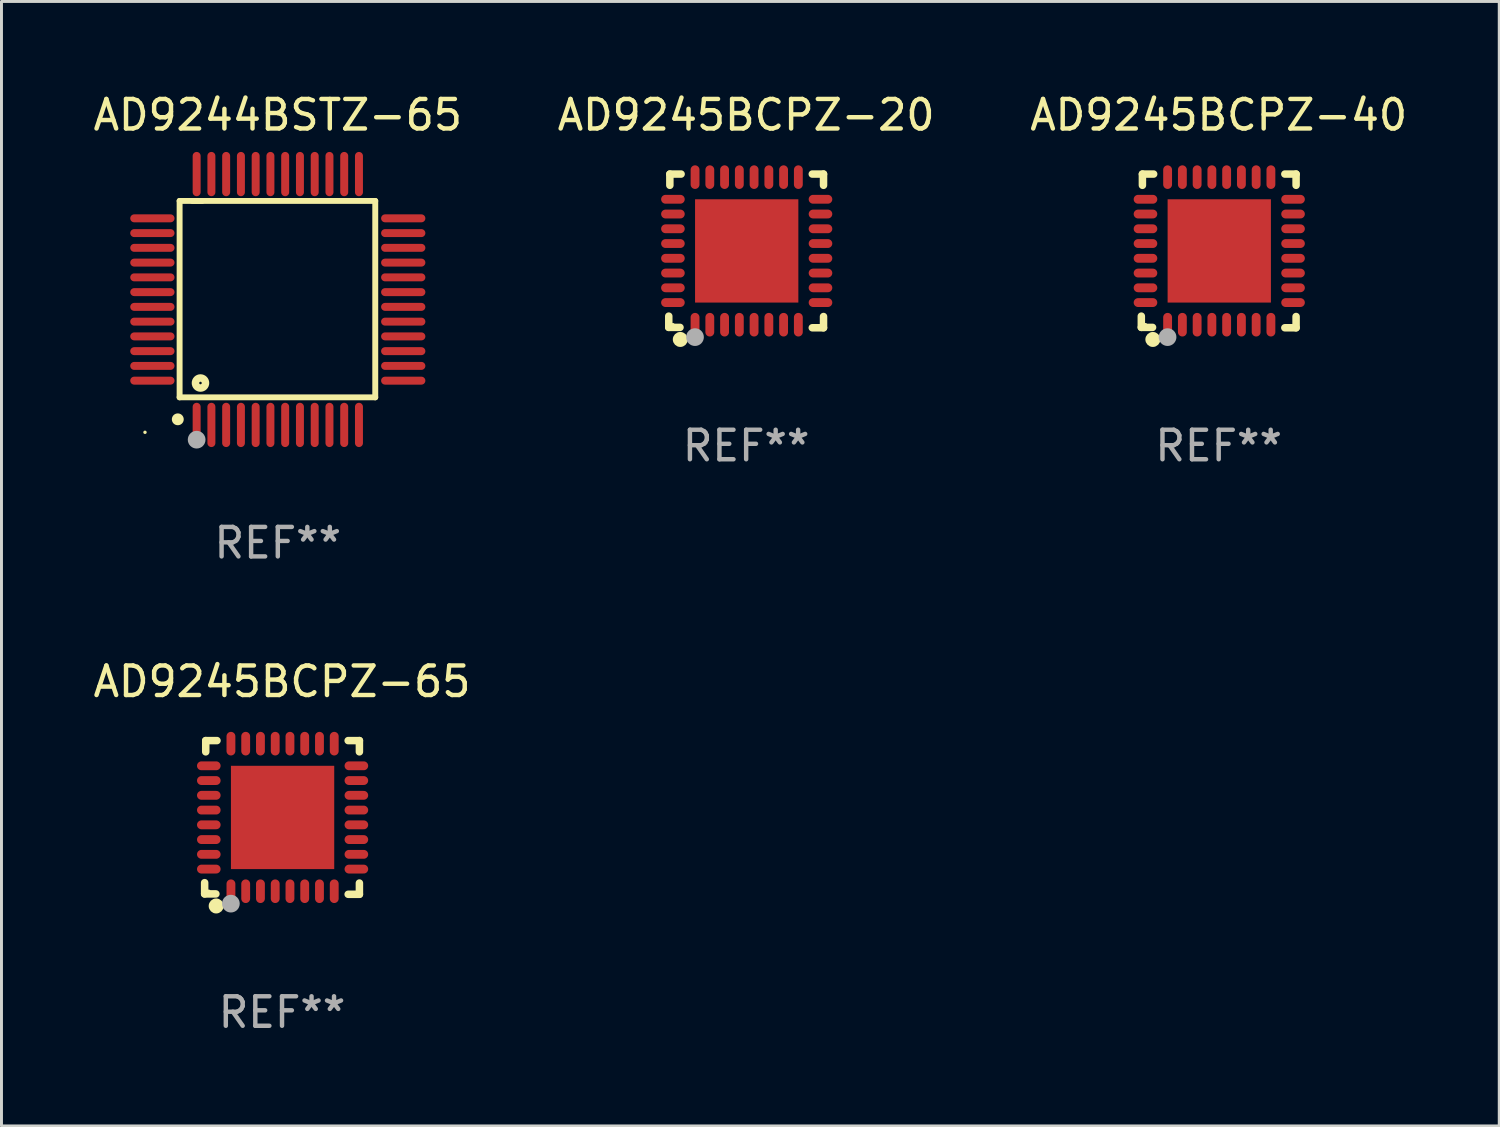
<source format=kicad_pcb>
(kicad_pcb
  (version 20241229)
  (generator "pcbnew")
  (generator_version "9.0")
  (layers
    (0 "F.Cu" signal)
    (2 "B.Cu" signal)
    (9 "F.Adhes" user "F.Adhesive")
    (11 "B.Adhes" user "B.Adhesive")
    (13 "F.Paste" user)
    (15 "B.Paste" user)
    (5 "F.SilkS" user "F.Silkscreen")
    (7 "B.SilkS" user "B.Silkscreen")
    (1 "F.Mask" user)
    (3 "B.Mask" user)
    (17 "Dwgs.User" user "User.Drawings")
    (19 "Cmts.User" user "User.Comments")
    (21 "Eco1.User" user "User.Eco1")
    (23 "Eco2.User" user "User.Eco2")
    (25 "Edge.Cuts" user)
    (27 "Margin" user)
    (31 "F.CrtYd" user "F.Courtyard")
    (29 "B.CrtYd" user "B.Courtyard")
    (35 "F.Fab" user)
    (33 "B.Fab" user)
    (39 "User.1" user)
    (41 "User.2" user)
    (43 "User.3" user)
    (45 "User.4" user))
  (footprint "AD9245BCPZ-20"
    (layer "F.Cu")
    (at 22.232 5.452)
    (property "Reference" "AD9245BCPZ-20" (at 0 -4.604 0) (layer "F.SilkS") (effects (font (size 1 1) (thickness 0.15))))
    (attr through_hole)
    (fp_line (start -2.622 2.21) (end -2.622 2.591) (stroke (width 0.254) (type solid)) (layer "F.SilkS"))
    (fp_line (start -2.622 2.591) (end -2.241 2.591) (stroke (width 0.254) (type solid)) (layer "F.SilkS"))
    (fp_line (start -2.585 -2.604) (end -2.585 -2.223) (stroke (width 0.254) (type solid)) (layer "F.SilkS"))
    (fp_line (start -2.204 -2.604) (end -2.585 -2.604) (stroke (width 0.254) (type solid)) (layer "F.SilkS"))
    (fp_line (start 2.241 2.604) (end 2.622 2.604) (stroke (width 0.254) (type solid)) (layer "F.SilkS"))
    (fp_line (start 2.622 -2.604) (end 2.241 -2.604) (stroke (width 0.254) (type solid)) (layer "F.SilkS"))
    (fp_line (start 2.622 -2.223) (end 2.622 -2.604) (stroke (width 0.254) (type solid)) (layer "F.SilkS"))
    (fp_line (start 2.622 2.604) (end 2.622 2.223) (stroke (width 0.254) (type solid)) (layer "F.SilkS"))
    (fp_circle (center -2.481 2.5) (end -2.451 2.5) (stroke (width 0.06) (type solid)) (fill no) (layer "F.SilkS"))
    (fp_circle (center -2.231 3) (end -2.104 3) (stroke (width 0.254) (type solid)) (fill no) (layer "F.SilkS"))
    (fp_circle (center -1.733 2.921) (end -1.583 2.921) (stroke (width 0.3) (type solid)) (fill no) (layer "F.Fab"))
    (fp_text user "REF**" (at 0 6.604 0) (layer "F.Fab") (effects (font (size 1 1) (thickness 0.15))))
    (pad "1" smd oval (at -1.731 2.5 90) (size 0.8 0.3) (layers "F.Cu" "F.Mask" "F.Paste"))
    (pad "2" smd oval (at -1.231 2.5 90) (size 0.8 0.3) (layers "F.Cu" "F.Mask" "F.Paste"))
    (pad "3" smd oval (at -0.731 2.5 90) (size 0.8 0.3) (layers "F.Cu" "F.Mask" "F.Paste"))
    (pad "4" smd oval (at -0.231 2.5 90) (size 0.8 0.3) (layers "F.Cu" "F.Mask" "F.Paste"))
    (pad "5" smd oval (at 0.269 2.5 90) (size 0.8 0.3) (layers "F.Cu" "F.Mask" "F.Paste"))
    (pad "6" smd oval (at 0.769 2.5 90) (size 0.8 0.3) (layers "F.Cu" "F.Mask" "F.Paste"))
    (pad "7" smd oval (at 1.269 2.5 90) (size 0.8 0.3) (layers "F.Cu" "F.Mask" "F.Paste"))
    (pad "8" smd oval (at 1.769 2.5 90) (size 0.8 0.3) (layers "F.Cu" "F.Mask" "F.Paste"))
    (pad "9" smd oval (at 2.519 1.75 180) (size 0.8 0.3) (layers "F.Cu" "F.Mask" "F.Paste"))
    (pad "10" smd oval (at 2.519 1.25 180) (size 0.8 0.3) (layers "F.Cu" "F.Mask" "F.Paste"))
    (pad "11" smd oval (at 2.519 0.75 180) (size 0.8 0.3) (layers "F.Cu" "F.Mask" "F.Paste"))
    (pad "12" smd oval (at 2.519 0.25 180) (size 0.8 0.3) (layers "F.Cu" "F.Mask" "F.Paste"))
    (pad "13" smd oval (at 2.519 -0.25 180) (size 0.8 0.3) (layers "F.Cu" "F.Mask" "F.Paste"))
    (pad "14" smd oval (at 2.519 -0.75 180) (size 0.8 0.3) (layers "F.Cu" "F.Mask" "F.Paste"))
    (pad "15" smd oval (at 2.519 -1.25 180) (size 0.8 0.3) (layers "F.Cu" "F.Mask" "F.Paste"))
    (pad "16" smd oval (at 2.519 -1.75 180) (size 0.8 0.3) (layers "F.Cu" "F.Mask" "F.Paste"))
    (pad "17" smd oval (at 1.769 -2.5 270) (size 0.8 0.3) (layers "F.Cu" "F.Mask" "F.Paste"))
    (pad "18" smd oval (at 1.269 -2.5 270) (size 0.8 0.3) (layers "F.Cu" "F.Mask" "F.Paste"))
    (pad "19" smd oval (at 0.769 -2.5 270) (size 0.8 0.3) (layers "F.Cu" "F.Mask" "F.Paste"))
    (pad "20" smd oval (at 0.269 -2.5 270) (size 0.8 0.3) (layers "F.Cu" "F.Mask" "F.Paste"))
    (pad "21" smd oval (at -0.231 -2.5 270) (size 0.8 0.3) (layers "F.Cu" "F.Mask" "F.Paste"))
    (pad "22" smd oval (at -0.731 -2.5 270) (size 0.8 0.3) (layers "F.Cu" "F.Mask" "F.Paste"))
    (pad "23" smd oval (at -1.231 -2.5 270) (size 0.8 0.3) (layers "F.Cu" "F.Mask" "F.Paste"))
    (pad "24" smd oval (at -1.731 -2.5 270) (size 0.8 0.3) (layers "F.Cu" "F.Mask" "F.Paste"))
    (pad "25" smd oval (at -2.481 -1.75) (size 0.8 0.3) (layers "F.Cu" "F.Mask" "F.Paste"))
    (pad "26" smd oval (at -2.481 -1.25) (size 0.8 0.3) (layers "F.Cu" "F.Mask" "F.Paste"))
    (pad "27" smd oval (at -2.481 -0.75) (size 0.8 0.3) (layers "F.Cu" "F.Mask" "F.Paste"))
    (pad "28" smd oval (at -2.481 -0.25) (size 0.8 0.3) (layers "F.Cu" "F.Mask" "F.Paste"))
    (pad "29" smd oval (at -2.481 0.25) (size 0.8 0.3) (layers "F.Cu" "F.Mask" "F.Paste"))
    (pad "30" smd oval (at -2.481 0.75) (size 0.8 0.3) (layers "F.Cu" "F.Mask" "F.Paste"))
    (pad "31" smd oval (at -2.481 1.25) (size 0.8 0.3) (layers "F.Cu" "F.Mask" "F.Paste"))
    (pad "32" smd oval (at -2.481 1.75) (size 0.8 0.3) (layers "F.Cu" "F.Mask" "F.Paste"))
    (pad "33" smd rect (at 0.019 -0.000025 90) (size 3.5 3.5) (layers "F.Cu" "F.Mask" "F.Paste")))
  (footprint "AD9245BCPZ-40"
    (layer "F.Cu")
    (at 38.244 5.452)
    (property "Reference" "AD9245BCPZ-40" (at 0 -4.604 0) (layer "F.SilkS") (effects (font (size 1 1) (thickness 0.15))))
    (attr through_hole)
    (fp_line (start -2.622 2.21) (end -2.622 2.591) (stroke (width 0.254) (type solid)) (layer "F.SilkS"))
    (fp_line (start -2.622 2.591) (end -2.241 2.591) (stroke (width 0.254) (type solid)) (layer "F.SilkS"))
    (fp_line (start -2.585 -2.604) (end -2.585 -2.223) (stroke (width 0.254) (type solid)) (layer "F.SilkS"))
    (fp_line (start -2.204 -2.604) (end -2.585 -2.604) (stroke (width 0.254) (type solid)) (layer "F.SilkS"))
    (fp_line (start 2.241 2.604) (end 2.622 2.604) (stroke (width 0.254) (type solid)) (layer "F.SilkS"))
    (fp_line (start 2.622 -2.604) (end 2.241 -2.604) (stroke (width 0.254) (type solid)) (layer "F.SilkS"))
    (fp_line (start 2.622 -2.223) (end 2.622 -2.604) (stroke (width 0.254) (type solid)) (layer "F.SilkS"))
    (fp_line (start 2.622 2.604) (end 2.622 2.223) (stroke (width 0.254) (type solid)) (layer "F.SilkS"))
    (fp_circle (center -2.481 2.5) (end -2.451 2.5) (stroke (width 0.06) (type solid)) (fill no) (layer "F.SilkS"))
    (fp_circle (center -2.231 3) (end -2.104 3) (stroke (width 0.254) (type solid)) (fill no) (layer "F.SilkS"))
    (fp_circle (center -1.733 2.921) (end -1.583 2.921) (stroke (width 0.3) (type solid)) (fill no) (layer "F.Fab"))
    (fp_text user "REF**" (at 0 6.604 0) (layer "F.Fab") (effects (font (size 1 1) (thickness 0.15))))
    (pad "1" smd oval (at -1.731 2.5 90) (size 0.8 0.3) (layers "F.Cu" "F.Mask" "F.Paste"))
    (pad "2" smd oval (at -1.231 2.5 90) (size 0.8 0.3) (layers "F.Cu" "F.Mask" "F.Paste"))
    (pad "3" smd oval (at -0.731 2.5 90) (size 0.8 0.3) (layers "F.Cu" "F.Mask" "F.Paste"))
    (pad "4" smd oval (at -0.231 2.5 90) (size 0.8 0.3) (layers "F.Cu" "F.Mask" "F.Paste"))
    (pad "5" smd oval (at 0.269 2.5 90) (size 0.8 0.3) (layers "F.Cu" "F.Mask" "F.Paste"))
    (pad "6" smd oval (at 0.769 2.5 90) (size 0.8 0.3) (layers "F.Cu" "F.Mask" "F.Paste"))
    (pad "7" smd oval (at 1.269 2.5 90) (size 0.8 0.3) (layers "F.Cu" "F.Mask" "F.Paste"))
    (pad "8" smd oval (at 1.769 2.5 90) (size 0.8 0.3) (layers "F.Cu" "F.Mask" "F.Paste"))
    (pad "9" smd oval (at 2.519 1.75 180) (size 0.8 0.3) (layers "F.Cu" "F.Mask" "F.Paste"))
    (pad "10" smd oval (at 2.519 1.25 180) (size 0.8 0.3) (layers "F.Cu" "F.Mask" "F.Paste"))
    (pad "11" smd oval (at 2.519 0.75 180) (size 0.8 0.3) (layers "F.Cu" "F.Mask" "F.Paste"))
    (pad "12" smd oval (at 2.519 0.25 180) (size 0.8 0.3) (layers "F.Cu" "F.Mask" "F.Paste"))
    (pad "13" smd oval (at 2.519 -0.25 180) (size 0.8 0.3) (layers "F.Cu" "F.Mask" "F.Paste"))
    (pad "14" smd oval (at 2.519 -0.75 180) (size 0.8 0.3) (layers "F.Cu" "F.Mask" "F.Paste"))
    (pad "15" smd oval (at 2.519 -1.25 180) (size 0.8 0.3) (layers "F.Cu" "F.Mask" "F.Paste"))
    (pad "16" smd oval (at 2.519 -1.75 180) (size 0.8 0.3) (layers "F.Cu" "F.Mask" "F.Paste"))
    (pad "17" smd oval (at 1.769 -2.5 270) (size 0.8 0.3) (layers "F.Cu" "F.Mask" "F.Paste"))
    (pad "18" smd oval (at 1.269 -2.5 270) (size 0.8 0.3) (layers "F.Cu" "F.Mask" "F.Paste"))
    (pad "19" smd oval (at 0.769 -2.5 270) (size 0.8 0.3) (layers "F.Cu" "F.Mask" "F.Paste"))
    (pad "20" smd oval (at 0.269 -2.5 270) (size 0.8 0.3) (layers "F.Cu" "F.Mask" "F.Paste"))
    (pad "21" smd oval (at -0.231 -2.5 270) (size 0.8 0.3) (layers "F.Cu" "F.Mask" "F.Paste"))
    (pad "22" smd oval (at -0.731 -2.5 270) (size 0.8 0.3) (layers "F.Cu" "F.Mask" "F.Paste"))
    (pad "23" smd oval (at -1.231 -2.5 270) (size 0.8 0.3) (layers "F.Cu" "F.Mask" "F.Paste"))
    (pad "24" smd oval (at -1.731 -2.5 270) (size 0.8 0.3) (layers "F.Cu" "F.Mask" "F.Paste"))
    (pad "25" smd oval (at -2.481 -1.75) (size 0.8 0.3) (layers "F.Cu" "F.Mask" "F.Paste"))
    (pad "26" smd oval (at -2.481 -1.25) (size 0.8 0.3) (layers "F.Cu" "F.Mask" "F.Paste"))
    (pad "27" smd oval (at -2.481 -0.75) (size 0.8 0.3) (layers "F.Cu" "F.Mask" "F.Paste"))
    (pad "28" smd oval (at -2.481 -0.25) (size 0.8 0.3) (layers "F.Cu" "F.Mask" "F.Paste"))
    (pad "29" smd oval (at -2.481 0.25) (size 0.8 0.3) (layers "F.Cu" "F.Mask" "F.Paste"))
    (pad "30" smd oval (at -2.481 0.75) (size 0.8 0.3) (layers "F.Cu" "F.Mask" "F.Paste"))
    (pad "31" smd oval (at -2.481 1.25) (size 0.8 0.3) (layers "F.Cu" "F.Mask" "F.Paste"))
    (pad "32" smd oval (at -2.481 1.75) (size 0.8 0.3) (layers "F.Cu" "F.Mask" "F.Paste"))
    (pad "33" smd rect (at 0.019 -0.000025 90) (size 3.5 3.5) (layers "F.Cu" "F.Mask" "F.Paste")))
  (footprint "AD9244BSTZ-65"
    (layer "F.Cu")
    (at 6.363 7.098)
    (property "Reference" "AD9244BSTZ-65" (at 0 -6.25 0) (layer "F.SilkS") (effects (font (size 1 1) (thickness 0.15))))
    (attr through_hole)
    (fp_line (start -3.327 -3.34) (end -2.565 -3.34) (stroke (width 0.2) (type solid)) (layer "F.SilkS"))
    (fp_line (start -3.327 3.315) (end -3.327 -3.34) (stroke (width 0.2) (type solid)) (layer "F.SilkS"))
    (fp_line (start -2.896 -3.34) (end 3.302 -3.34) (stroke (width 0.2) (type solid)) (layer "F.SilkS"))
    (fp_line (start 3.302 -3.34) (end 3.302 3.315) (stroke (width 0.2) (type solid)) (layer "F.SilkS"))
    (fp_line (start 3.302 3.315) (end -3.327 3.315) (stroke (width 0.2) (type solid)) (layer "F.SilkS"))
    (fp_arc (start -3.389992 4.059995) (mid -3.388722 4.059991) (end -3.387452 4.059995) (stroke (width 0.4) (type solid)) (layer "F.SilkS"))
    (fp_circle (center -4.5 4.5) (end -4.47 4.5) (stroke (width 0.06) (type solid)) (fill no) (layer "F.SilkS"))
    (fp_circle (center -2.62 2.83) (end -2.45 2.83) (stroke (width 0.254) (type solid)) (fill no) (layer "F.SilkS"))
    (fp_circle (center -2.75 4.75) (end -2.6 4.75) (stroke (width 0.3) (type solid)) (fill no) (layer "F.Fab"))
    (fp_text user "REF**" (at 0 8.25 0) (layer "F.Fab") (effects (font (size 1 1) (thickness 0.15))))
    (pad "1" smd oval (at -2.75 4.25) (size 0.27 1.5) (layers "F.Cu" "F.Mask" "F.Paste"))
    (pad "2" smd oval (at -2.25 4.25) (size 0.27 1.5) (layers "F.Cu" "F.Mask" "F.Paste"))
    (pad "3" smd oval (at -1.75 4.25) (size 0.27 1.5) (layers "F.Cu" "F.Mask" "F.Paste"))
    (pad "4" smd oval (at -1.25 4.25) (size 0.27 1.5) (layers "F.Cu" "F.Mask" "F.Paste"))
    (pad "5" smd oval (at -0.75 4.25) (size 0.27 1.5) (layers "F.Cu" "F.Mask" "F.Paste"))
    (pad "6" smd oval (at -0.25 4.25) (size 0.27 1.5) (layers "F.Cu" "F.Mask" "F.Paste"))
    (pad "7" smd oval (at 0.25 4.25) (size 0.27 1.5) (layers "F.Cu" "F.Mask" "F.Paste"))
    (pad "8" smd oval (at 0.75 4.25) (size 0.27 1.5) (layers "F.Cu" "F.Mask" "F.Paste"))
    (pad "9" smd oval (at 1.25 4.25) (size 0.27 1.5) (layers "F.Cu" "F.Mask" "F.Paste"))
    (pad "10" smd oval (at 1.75 4.25) (size 0.27 1.5) (layers "F.Cu" "F.Mask" "F.Paste"))
    (pad "11" smd oval (at 2.25 4.25) (size 0.27 1.5) (layers "F.Cu" "F.Mask" "F.Paste"))
    (pad "12" smd oval (at 2.75 4.25) (size 0.27 1.5) (layers "F.Cu" "F.Mask" "F.Paste"))
    (pad "13" smd oval (at 4.25 2.75) (size 1.5 0.27) (layers "F.Cu" "F.Mask" "F.Paste"))
    (pad "14" smd oval (at 4.25 2.25) (size 1.5 0.27) (layers "F.Cu" "F.Mask" "F.Paste"))
    (pad "15" smd oval (at 4.25 1.75) (size 1.5 0.27) (layers "F.Cu" "F.Mask" "F.Paste"))
    (pad "16" smd oval (at 4.25 1.25) (size 1.5 0.27) (layers "F.Cu" "F.Mask" "F.Paste"))
    (pad "17" smd oval (at 4.25 0.75) (size 1.5 0.27) (layers "F.Cu" "F.Mask" "F.Paste"))
    (pad "18" smd oval (at 4.25 0.25) (size 1.5 0.27) (layers "F.Cu" "F.Mask" "F.Paste"))
    (pad "19" smd oval (at 4.25 -0.25) (size 1.5 0.27) (layers "F.Cu" "F.Mask" "F.Paste"))
    (pad "20" smd oval (at 4.25 -0.75) (size 1.5 0.27) (layers "F.Cu" "F.Mask" "F.Paste"))
    (pad "21" smd oval (at 4.25 -1.25) (size 1.5 0.27) (layers "F.Cu" "F.Mask" "F.Paste"))
    (pad "22" smd oval (at 4.25 -1.75) (size 1.5 0.27) (layers "F.Cu" "F.Mask" "F.Paste"))
    (pad "23" smd oval (at 4.25 -2.25) (size 1.5 0.27) (layers "F.Cu" "F.Mask" "F.Paste"))
    (pad "24" smd oval (at 4.25 -2.75) (size 1.5 0.27) (layers "F.Cu" "F.Mask" "F.Paste"))
    (pad "25" smd oval (at 2.75 -4.25) (size 0.27 1.5) (layers "F.Cu" "F.Mask" "F.Paste"))
    (pad "26" smd oval (at 2.25 -4.25) (size 0.27 1.5) (layers "F.Cu" "F.Mask" "F.Paste"))
    (pad "27" smd oval (at 1.75 -4.25) (size 0.27 1.5) (layers "F.Cu" "F.Mask" "F.Paste"))
    (pad "28" smd oval (at 1.25 -4.25) (size 0.27 1.5) (layers "F.Cu" "F.Mask" "F.Paste"))
    (pad "29" smd oval (at 0.75 -4.25) (size 0.27 1.5) (layers "F.Cu" "F.Mask" "F.Paste"))
    (pad "30" smd oval (at 0.25 -4.25) (size 0.27 1.5) (layers "F.Cu" "F.Mask" "F.Paste"))
    (pad "31" smd oval (at -0.25 -4.25) (size 0.27 1.5) (layers "F.Cu" "F.Mask" "F.Paste"))
    (pad "32" smd oval (at -0.75 -4.25) (size 0.27 1.5) (layers "F.Cu" "F.Mask" "F.Paste"))
    (pad "33" smd oval (at -1.25 -4.25) (size 0.27 1.5) (layers "F.Cu" "F.Mask" "F.Paste"))
    (pad "34" smd oval (at -1.75 -4.25) (size 0.27 1.5) (layers "F.Cu" "F.Mask" "F.Paste"))
    (pad "35" smd oval (at -2.25 -4.25) (size 0.27 1.5) (layers "F.Cu" "F.Mask" "F.Paste"))
    (pad "36" smd oval (at -2.75 -4.25) (size 0.27 1.5) (layers "F.Cu" "F.Mask" "F.Paste"))
    (pad "37" smd oval (at -4.25 -2.75) (size 1.5 0.27) (layers "F.Cu" "F.Mask" "F.Paste"))
    (pad "38" smd oval (at -4.25 -2.25) (size 1.5 0.27) (layers "F.Cu" "F.Mask" "F.Paste"))
    (pad "39" smd oval (at -4.25 -1.75) (size 1.5 0.27) (layers "F.Cu" "F.Mask" "F.Paste"))
    (pad "40" smd oval (at -4.25 -1.25) (size 1.5 0.27) (layers "F.Cu" "F.Mask" "F.Paste"))
    (pad "41" smd oval (at -4.25 -0.75) (size 1.5 0.27) (layers "F.Cu" "F.Mask" "F.Paste"))
    (pad "42" smd oval (at -4.25 -0.25) (size 1.5 0.27) (layers "F.Cu" "F.Mask" "F.Paste"))
    (pad "43" smd oval (at -4.25 0.25) (size 1.5 0.27) (layers "F.Cu" "F.Mask" "F.Paste"))
    (pad "44" smd oval (at -4.25 0.75) (size 1.5 0.27) (layers "F.Cu" "F.Mask" "F.Paste"))
    (pad "45" smd oval (at -4.25 1.25) (size 1.5 0.27) (layers "F.Cu" "F.Mask" "F.Paste"))
    (pad "46" smd oval (at -4.25 1.75) (size 1.5 0.27) (layers "F.Cu" "F.Mask" "F.Paste"))
    (pad "47" smd oval (at -4.25 2.25) (size 1.5 0.27) (layers "F.Cu" "F.Mask" "F.Paste"))
    (pad "48" smd oval (at -4.25 2.75) (size 1.5 0.27) (layers "F.Cu" "F.Mask" "F.Paste")))
  (footprint "AD9245BCPZ-65"
    (layer "F.Cu")
    (at 6.506 24.648)
    (property "Reference" "AD9245BCPZ-65" (at 0 -4.604 0) (layer "F.SilkS") (effects (font (size 1 1) (thickness 0.15))))
    (attr through_hole)
    (fp_line (start -2.622 2.21) (end -2.622 2.591) (stroke (width 0.254) (type solid)) (layer "F.SilkS"))
    (fp_line (start -2.622 2.591) (end -2.241 2.591) (stroke (width 0.254) (type solid)) (layer "F.SilkS"))
    (fp_line (start -2.585 -2.604) (end -2.585 -2.223) (stroke (width 0.254) (type solid)) (layer "F.SilkS"))
    (fp_line (start -2.204 -2.604) (end -2.585 -2.604) (stroke (width 0.254) (type solid)) (layer "F.SilkS"))
    (fp_line (start 2.241 2.604) (end 2.622 2.604) (stroke (width 0.254) (type solid)) (layer "F.SilkS"))
    (fp_line (start 2.622 -2.604) (end 2.241 -2.604) (stroke (width 0.254) (type solid)) (layer "F.SilkS"))
    (fp_line (start 2.622 -2.223) (end 2.622 -2.604) (stroke (width 0.254) (type solid)) (layer "F.SilkS"))
    (fp_line (start 2.622 2.604) (end 2.622 2.223) (stroke (width 0.254) (type solid)) (layer "F.SilkS"))
    (fp_circle (center -2.481 2.5) (end -2.451 2.5) (stroke (width 0.06) (type solid)) (fill no) (layer "F.SilkS"))
    (fp_circle (center -2.231 3) (end -2.104 3) (stroke (width 0.254) (type solid)) (fill no) (layer "F.SilkS"))
    (fp_circle (center -1.733 2.921) (end -1.583 2.921) (stroke (width 0.3) (type solid)) (fill no) (layer "F.Fab"))
    (fp_text user "REF**" (at 0 6.604 0) (layer "F.Fab") (effects (font (size 1 1) (thickness 0.15))))
    (pad "1" smd oval (at -1.731 2.5 90) (size 0.8 0.3) (layers "F.Cu" "F.Mask" "F.Paste"))
    (pad "2" smd oval (at -1.231 2.5 90) (size 0.8 0.3) (layers "F.Cu" "F.Mask" "F.Paste"))
    (pad "3" smd oval (at -0.731 2.5 90) (size 0.8 0.3) (layers "F.Cu" "F.Mask" "F.Paste"))
    (pad "4" smd oval (at -0.231 2.5 90) (size 0.8 0.3) (layers "F.Cu" "F.Mask" "F.Paste"))
    (pad "5" smd oval (at 0.269 2.5 90) (size 0.8 0.3) (layers "F.Cu" "F.Mask" "F.Paste"))
    (pad "6" smd oval (at 0.769 2.5 90) (size 0.8 0.3) (layers "F.Cu" "F.Mask" "F.Paste"))
    (pad "7" smd oval (at 1.269 2.5 90) (size 0.8 0.3) (layers "F.Cu" "F.Mask" "F.Paste"))
    (pad "8" smd oval (at 1.769 2.5 90) (size 0.8 0.3) (layers "F.Cu" "F.Mask" "F.Paste"))
    (pad "9" smd oval (at 2.519 1.75 180) (size 0.8 0.3) (layers "F.Cu" "F.Mask" "F.Paste"))
    (pad "10" smd oval (at 2.519 1.25 180) (size 0.8 0.3) (layers "F.Cu" "F.Mask" "F.Paste"))
    (pad "11" smd oval (at 2.519 0.75 180) (size 0.8 0.3) (layers "F.Cu" "F.Mask" "F.Paste"))
    (pad "12" smd oval (at 2.519 0.25 180) (size 0.8 0.3) (layers "F.Cu" "F.Mask" "F.Paste"))
    (pad "13" smd oval (at 2.519 -0.25 180) (size 0.8 0.3) (layers "F.Cu" "F.Mask" "F.Paste"))
    (pad "14" smd oval (at 2.519 -0.75 180) (size 0.8 0.3) (layers "F.Cu" "F.Mask" "F.Paste"))
    (pad "15" smd oval (at 2.519 -1.25 180) (size 0.8 0.3) (layers "F.Cu" "F.Mask" "F.Paste"))
    (pad "16" smd oval (at 2.519 -1.75 180) (size 0.8 0.3) (layers "F.Cu" "F.Mask" "F.Paste"))
    (pad "17" smd oval (at 1.769 -2.5 270) (size 0.8 0.3) (layers "F.Cu" "F.Mask" "F.Paste"))
    (pad "18" smd oval (at 1.269 -2.5 270) (size 0.8 0.3) (layers "F.Cu" "F.Mask" "F.Paste"))
    (pad "19" smd oval (at 0.769 -2.5 270) (size 0.8 0.3) (layers "F.Cu" "F.Mask" "F.Paste"))
    (pad "20" smd oval (at 0.269 -2.5 270) (size 0.8 0.3) (layers "F.Cu" "F.Mask" "F.Paste"))
    (pad "21" smd oval (at -0.231 -2.5 270) (size 0.8 0.3) (layers "F.Cu" "F.Mask" "F.Paste"))
    (pad "22" smd oval (at -0.731 -2.5 270) (size 0.8 0.3) (layers "F.Cu" "F.Mask" "F.Paste"))
    (pad "23" smd oval (at -1.231 -2.5 270) (size 0.8 0.3) (layers "F.Cu" "F.Mask" "F.Paste"))
    (pad "24" smd oval (at -1.731 -2.5 270) (size 0.8 0.3) (layers "F.Cu" "F.Mask" "F.Paste"))
    (pad "25" smd oval (at -2.481 -1.75) (size 0.8 0.3) (layers "F.Cu" "F.Mask" "F.Paste"))
    (pad "26" smd oval (at -2.481 -1.25) (size 0.8 0.3) (layers "F.Cu" "F.Mask" "F.Paste"))
    (pad "27" smd oval (at -2.481 -0.75) (size 0.8 0.3) (layers "F.Cu" "F.Mask" "F.Paste"))
    (pad "28" smd oval (at -2.481 -0.25) (size 0.8 0.3) (layers "F.Cu" "F.Mask" "F.Paste"))
    (pad "29" smd oval (at -2.481 0.25) (size 0.8 0.3) (layers "F.Cu" "F.Mask" "F.Paste"))
    (pad "30" smd oval (at -2.481 0.75) (size 0.8 0.3) (layers "F.Cu" "F.Mask" "F.Paste"))
    (pad "31" smd oval (at -2.481 1.25) (size 0.8 0.3) (layers "F.Cu" "F.Mask" "F.Paste"))
    (pad "32" smd oval (at -2.481 1.75) (size 0.8 0.3) (layers "F.Cu" "F.Mask" "F.Paste"))
    (pad "33" smd rect (at 0.019 -0.000025 90) (size 3.5 3.5) (layers "F.Cu" "F.Mask" "F.Paste")))
  (gr_rect
    (start -3 -3)
    (end 47.75 35.1)
    (stroke (width 0.1) (type default))
    (fill no)
    (layer "Edge.Cuts")))
</source>
